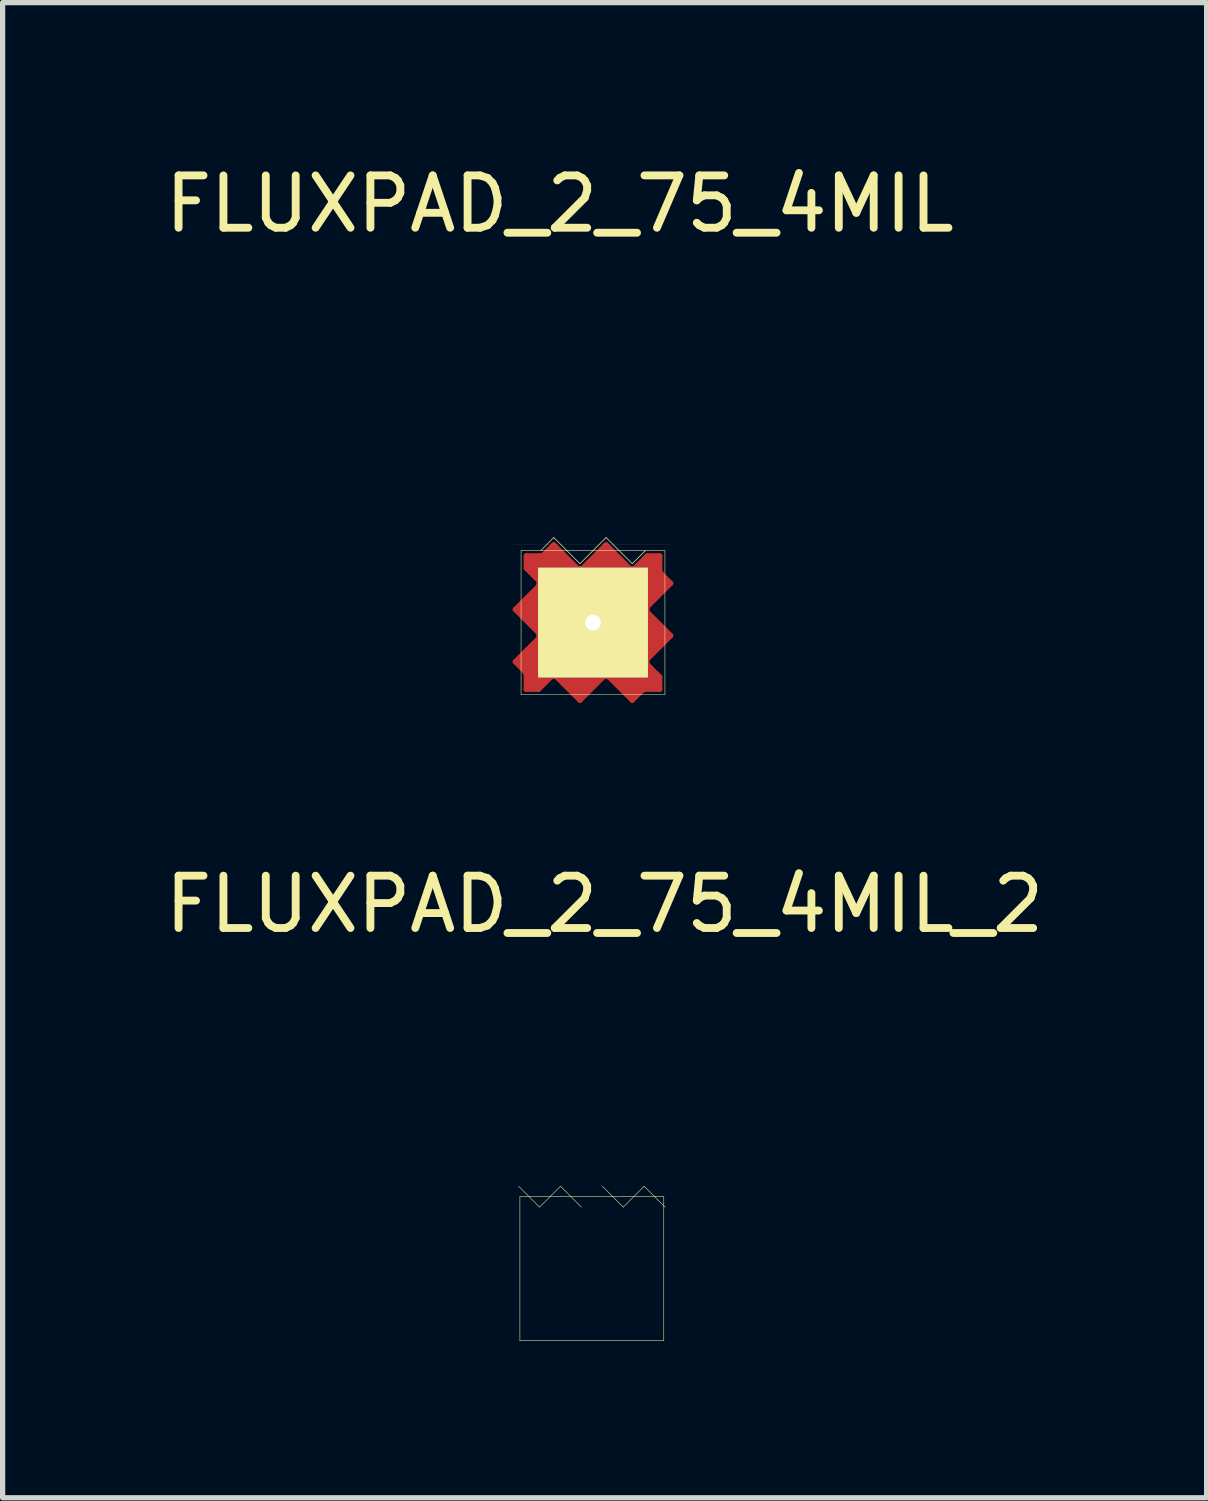
<source format=kicad_pcb>
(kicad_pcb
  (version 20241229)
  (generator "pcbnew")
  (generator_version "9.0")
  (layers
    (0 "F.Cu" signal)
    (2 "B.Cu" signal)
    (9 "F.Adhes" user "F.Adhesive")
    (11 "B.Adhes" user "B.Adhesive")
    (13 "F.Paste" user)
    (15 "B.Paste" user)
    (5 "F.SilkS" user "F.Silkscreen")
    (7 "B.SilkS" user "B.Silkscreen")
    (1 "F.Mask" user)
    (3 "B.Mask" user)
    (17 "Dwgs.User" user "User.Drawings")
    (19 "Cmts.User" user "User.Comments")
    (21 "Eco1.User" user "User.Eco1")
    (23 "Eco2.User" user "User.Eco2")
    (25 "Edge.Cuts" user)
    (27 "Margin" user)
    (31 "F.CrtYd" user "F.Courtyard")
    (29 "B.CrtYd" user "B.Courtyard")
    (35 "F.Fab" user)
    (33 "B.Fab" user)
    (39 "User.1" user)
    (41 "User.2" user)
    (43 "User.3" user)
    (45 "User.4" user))
  (footprint "FLUXPAD_2_75_4MIL"
    (layer "F.Cu")
    (at 8.284 8.849)
    (property "Reference" "FLUXPAD_2_75_4MIL" (at -0.635 -8.001 0) (layer "F.SilkS") (effects (font (size 1 1) (thickness 0.15))))
    (attr through_hole)
    (fp_line (start -1.485 -0.25) (end -1.04 0.195) (stroke (width 0.1) (type solid)) (layer "F.Cu"))
    (fp_line (start -1.485 0.75) (end -1.3 0.935) (stroke (width 0.1) (type solid)) (layer "F.Cu"))
    (fp_line (start -1.35 -0.25) (end -1.05 -0.55) (stroke (width 0.2) (type solid)) (layer "F.Cu"))
    (fp_line (start -1.35 0.75) (end -1.25 0.75) (stroke (width 0.2) (type solid)) (layer "F.Cu"))
    (fp_line (start -1.29 0.945) (end -1.3 0.935) (stroke (width 0.1) (type solid)) (layer "F.Cu"))
    (fp_line (start -1.28 0.965) (end -1.29 0.945) (stroke (width 0.1) (type solid)) (layer "F.Cu"))
    (fp_line (start -1.275 -1.275) (end -1.275 -1.04) (stroke (width 0.1) (type solid)) (layer "F.Cu"))
    (fp_line (start -1.275 -1.04) (end -1.04 -0.805) (stroke (width 0.1) (type solid)) (layer "F.Cu"))
    (fp_line (start -1.275 0.99) (end -1.28 0.965) (stroke (width 0.1) (type solid)) (layer "F.Cu"))
    (fp_line (start -1.275 0.99) (end -1.275 1.275) (stroke (width 0.1) (type solid)) (layer "F.Cu"))
    (fp_line (start -1.275 1.275) (end -1.04 1.275) (stroke (width 0.1) (type solid)) (layer "F.Cu"))
    (fp_line (start -1.2 -1.2) (end -0.8 -1.2) (stroke (width 0.2) (type solid)) (layer "F.Cu"))
    (fp_line (start -1.2 -1.15) (end -1 -1.15) (stroke (width 0.2) (type solid)) (layer "F.Cu"))
    (fp_line (start -1.2 0.8) (end -1.25 0.85) (stroke (width 0.2) (type solid)) (layer "F.Cu"))
    (fp_line (start -1.2 1.2) (end -1.2 0.8) (stroke (width 0.2) (type solid)) (layer "F.Cu"))
    (fp_line (start -1.15 -1.1) (end -0.45 -1.1) (stroke (width 0.2) (type solid)) (layer "F.Cu"))
    (fp_line (start -1.15 1) (end -0.95 1) (stroke (width 0.2) (type solid)) (layer "F.Cu"))
    (fp_line (start -1.15 1.2) (end -1.15 1) (stroke (width 0.2) (type solid)) (layer "F.Cu"))
    (fp_line (start -1.1 0.45) (end -1.35 0.75) (stroke (width 0.2) (type solid)) (layer "F.Cu"))
    (fp_line (start -1.1 1.15) (end -1.1 0.45) (stroke (width 0.2) (type solid)) (layer "F.Cu"))
    (fp_line (start -1.05 -0.9) (end -1.2 -1.15) (stroke (width 0.2) (type solid)) (layer "F.Cu"))
    (fp_line (start -1.05 -0.9) (end -1.15 -1.1) (stroke (width 0.2) (type solid)) (layer "F.Cu"))
    (fp_line (start -1.05 -0.55) (end -1.05 0.05) (stroke (width 0.2) (type solid)) (layer "F.Cu"))
    (fp_line (start -1.05 0.05) (end -1.35 -0.25) (stroke (width 0.2) (type solid)) (layer "F.Cu"))
    (fp_line (start -1.05 0.05) (end -1.15 -0.25) (stroke (width 0.2) (type solid)) (layer "F.Cu"))
    (fp_line (start -1.04 -0.805) (end -1.03 -0.78) (stroke (width 0.1) (type solid)) (layer "F.Cu"))
    (fp_line (start -1.04 -0.695) (end -1.485 -0.25) (stroke (width 0.1) (type solid)) (layer "F.Cu"))
    (fp_line (start -1.04 0.195) (end -1.03 0.22) (stroke (width 0.1) (type solid)) (layer "F.Cu"))
    (fp_line (start -1.04 0.305) (end -1.485 0.75) (stroke (width 0.1) (type solid)) (layer "F.Cu"))
    (fp_line (start -1.04 1.275) (end -0.805 1.04) (stroke (width 0.1) (type solid)) (layer "F.Cu"))
    (fp_line (start -1.03 -0.78) (end -1.025 -0.75) (stroke (width 0.1) (type solid)) (layer "F.Cu"))
    (fp_line (start -1.03 -0.72) (end -1.04 -0.695) (stroke (width 0.1) (type solid)) (layer "F.Cu"))
    (fp_line (start -1.03 0.22) (end -1.025 0.25) (stroke (width 0.1) (type solid)) (layer "F.Cu"))
    (fp_line (start -1.03 0.28) (end -1.04 0.305) (stroke (width 0.1) (type solid)) (layer "F.Cu"))
    (fp_line (start -1.025 -0.75) (end -1.03 -0.72) (stroke (width 0.1) (type solid)) (layer "F.Cu"))
    (fp_line (start -1.025 0.25) (end -1.03 0.28) (stroke (width 0.1) (type solid)) (layer "F.Cu"))
    (fp_line (start -1 -1.15) (end -1 -0.95) (stroke (width 0.2) (type solid)) (layer "F.Cu"))
    (fp_line (start -0.99 -1.275) (end -1.275 -1.275) (stroke (width 0.1) (type solid)) (layer "F.Cu"))
    (fp_line (start -0.99 -1.275) (end -0.965 -1.28) (stroke (width 0.1) (type solid)) (layer "F.Cu"))
    (fp_line (start -0.965 -1.28) (end -0.945 -1.29) (stroke (width 0.1) (type solid)) (layer "F.Cu"))
    (fp_line (start -0.945 -1.29) (end -0.935 -1.3) (stroke (width 0.1) (type solid)) (layer "F.Cu"))
    (fp_line (start -0.9 1.05) (end -1.15 1.2) (stroke (width 0.2) (type solid)) (layer "F.Cu"))
    (fp_line (start -0.9 1.05) (end -1.1 1.15) (stroke (width 0.2) (type solid)) (layer "F.Cu"))
    (fp_line (start -0.805 1.04) (end -0.78 1.03) (stroke (width 0.1) (type solid)) (layer "F.Cu"))
    (fp_line (start -0.8 -1.2) (end -0.85 -1.25) (stroke (width 0.2) (type solid)) (layer "F.Cu"))
    (fp_line (start -0.78 1.03) (end -0.75 1.025) (stroke (width 0.1) (type solid)) (layer "F.Cu"))
    (fp_line (start -0.75 -1.485) (end -0.935 -1.3) (stroke (width 0.1) (type solid)) (layer "F.Cu"))
    (fp_line (start -0.75 -1.35) (end -0.75 -1.25) (stroke (width 0.2) (type solid)) (layer "F.Cu"))
    (fp_line (start -0.75 1.025) (end -0.72 1.03) (stroke (width 0.1) (type solid)) (layer "F.Cu"))
    (fp_line (start -0.72 1.03) (end -0.695 1.04) (stroke (width 0.1) (type solid)) (layer "F.Cu"))
    (fp_line (start -0.695 1.04) (end -0.25 1.485) (stroke (width 0.1) (type solid)) (layer "F.Cu"))
    (fp_line (start -0.55 1.05) (end 0.05 1.05) (stroke (width 0.2) (type solid)) (layer "F.Cu"))
    (fp_line (start -0.45 -1.1) (end -0.75 -1.35) (stroke (width 0.2) (type solid)) (layer "F.Cu"))
    (fp_line (start -0.305 -1.04) (end -0.75 -1.485) (stroke (width 0.1) (type solid)) (layer "F.Cu"))
    (fp_line (start -0.28 -1.03) (end -0.305 -1.04) (stroke (width 0.1) (type solid)) (layer "F.Cu"))
    (fp_line (start -0.25 -1.025) (end -0.28 -1.03) (stroke (width 0.1) (type solid)) (layer "F.Cu"))
    (fp_line (start -0.25 1.35) (end -0.55 1.05) (stroke (width 0.2) (type solid)) (layer "F.Cu"))
    (fp_line (start -0.25 1.485) (end 0.195 1.04) (stroke (width 0.1) (type solid)) (layer "F.Cu"))
    (fp_line (start -0.22 -1.03) (end -0.25 -1.025) (stroke (width 0.1) (type solid)) (layer "F.Cu"))
    (fp_line (start -0.195 -1.04) (end -0.22 -1.03) (stroke (width 0.1) (type solid)) (layer "F.Cu"))
    (fp_line (start -0.05 -1.05) (end 0.25 -1.35) (stroke (width 0.2) (type solid)) (layer "F.Cu"))
    (fp_line (start -0.05 -1.05) (end 0.25 -1.15) (stroke (width 0.2) (type solid)) (layer "F.Cu"))
    (fp_line (start 0.05 1.05) (end -0.25 1.15) (stroke (width 0.2) (type solid)) (layer "F.Cu"))
    (fp_line (start 0.05 1.05) (end -0.25 1.35) (stroke (width 0.2) (type solid)) (layer "F.Cu"))
    (fp_line (start 0.195 1.04) (end 0.22 1.03) (stroke (width 0.1) (type solid)) (layer "F.Cu"))
    (fp_line (start 0.22 1.03) (end 0.25 1.025) (stroke (width 0.1) (type solid)) (layer "F.Cu"))
    (fp_line (start 0.25 -1.485) (end -0.195 -1.04) (stroke (width 0.1) (type solid)) (layer "F.Cu"))
    (fp_line (start 0.25 -1.35) (end 0.55 -1.05) (stroke (width 0.2) (type solid)) (layer "F.Cu"))
    (fp_line (start 0.25 1.025) (end 0.28 1.03) (stroke (width 0.1) (type solid)) (layer "F.Cu"))
    (fp_line (start 0.28 1.03) (end 0.305 1.04) (stroke (width 0.1) (type solid)) (layer "F.Cu"))
    (fp_line (start 0.305 1.04) (end 0.75 1.485) (stroke (width 0.1) (type solid)) (layer "F.Cu"))
    (fp_line (start 0.45 1.1) (end 0.75 1.35) (stroke (width 0.2) (type solid)) (layer "F.Cu"))
    (fp_line (start 0.55 -1.05) (end -0.05 -1.05) (stroke (width 0.2) (type solid)) (layer "F.Cu"))
    (fp_line (start 0.695 -1.04) (end 0.25 -1.485) (stroke (width 0.1) (type solid)) (layer "F.Cu"))
    (fp_line (start 0.72 -1.03) (end 0.695 -1.04) (stroke (width 0.1) (type solid)) (layer "F.Cu"))
    (fp_line (start 0.75 -1.025) (end 0.72 -1.03) (stroke (width 0.1) (type solid)) (layer "F.Cu"))
    (fp_line (start 0.75 1.35) (end 0.75 1.25) (stroke (width 0.2) (type solid)) (layer "F.Cu"))
    (fp_line (start 0.75 1.485) (end 0.935 1.3) (stroke (width 0.1) (type solid)) (layer "F.Cu"))
    (fp_line (start 0.78 -1.03) (end 0.75 -1.025) (stroke (width 0.1) (type solid)) (layer "F.Cu"))
    (fp_line (start 0.8 1.2) (end 0.85 1.25) (stroke (width 0.2) (type solid)) (layer "F.Cu"))
    (fp_line (start 0.805 -1.04) (end 0.78 -1.03) (stroke (width 0.1) (type solid)) (layer "F.Cu"))
    (fp_line (start 0.9 -1.05) (end 1.1 -1.15) (stroke (width 0.2) (type solid)) (layer "F.Cu"))
    (fp_line (start 0.9 -1.05) (end 1.15 -1.2) (stroke (width 0.2) (type solid)) (layer "F.Cu"))
    (fp_line (start 0.945 1.29) (end 0.935 1.3) (stroke (width 0.1) (type solid)) (layer "F.Cu"))
    (fp_line (start 0.965 1.28) (end 0.945 1.29) (stroke (width 0.1) (type solid)) (layer "F.Cu"))
    (fp_line (start 0.99 1.275) (end 0.965 1.28) (stroke (width 0.1) (type solid)) (layer "F.Cu"))
    (fp_line (start 0.99 1.275) (end 1.275 1.275) (stroke (width 0.1) (type solid)) (layer "F.Cu"))
    (fp_line (start 1 1.15) (end 1 0.95) (stroke (width 0.2) (type solid)) (layer "F.Cu"))
    (fp_line (start 1.025 -0.25) (end 1.03 -0.28) (stroke (width 0.1) (type solid)) (layer "F.Cu"))
    (fp_line (start 1.025 0.75) (end 1.03 0.72) (stroke (width 0.1) (type solid)) (layer "F.Cu"))
    (fp_line (start 1.03 -0.28) (end 1.04 -0.305) (stroke (width 0.1) (type solid)) (layer "F.Cu"))
    (fp_line (start 1.03 -0.22) (end 1.025 -0.25) (stroke (width 0.1) (type solid)) (layer "F.Cu"))
    (fp_line (start 1.03 0.72) (end 1.04 0.695) (stroke (width 0.1) (type solid)) (layer "F.Cu"))
    (fp_line (start 1.03 0.78) (end 1.025 0.75) (stroke (width 0.1) (type solid)) (layer "F.Cu"))
    (fp_line (start 1.04 -1.275) (end 0.805 -1.04) (stroke (width 0.1) (type solid)) (layer "F.Cu"))
    (fp_line (start 1.04 -0.305) (end 1.485 -0.75) (stroke (width 0.1) (type solid)) (layer "F.Cu"))
    (fp_line (start 1.04 -0.195) (end 1.03 -0.22) (stroke (width 0.1) (type solid)) (layer "F.Cu"))
    (fp_line (start 1.04 0.695) (end 1.485 0.25) (stroke (width 0.1) (type solid)) (layer "F.Cu"))
    (fp_line (start 1.04 0.805) (end 1.03 0.78) (stroke (width 0.1) (type solid)) (layer "F.Cu"))
    (fp_line (start 1.05 -0.05) (end 1.15 0.25) (stroke (width 0.2) (type solid)) (layer "F.Cu"))
    (fp_line (start 1.05 -0.05) (end 1.35 0.25) (stroke (width 0.2) (type solid)) (layer "F.Cu"))
    (fp_line (start 1.05 0.55) (end 1.05 -0.05) (stroke (width 0.2) (type solid)) (layer "F.Cu"))
    (fp_line (start 1.05 0.9) (end 1.15 1.1) (stroke (width 0.2) (type solid)) (layer "F.Cu"))
    (fp_line (start 1.05 0.9) (end 1.2 1.15) (stroke (width 0.2) (type solid)) (layer "F.Cu"))
    (fp_line (start 1.1 -1.15) (end 1.1 -0.45) (stroke (width 0.2) (type solid)) (layer "F.Cu"))
    (fp_line (start 1.1 -0.45) (end 1.35 -0.75) (stroke (width 0.2) (type solid)) (layer "F.Cu"))
    (fp_line (start 1.15 -1.2) (end 1.15 -1) (stroke (width 0.2) (type solid)) (layer "F.Cu"))
    (fp_line (start 1.15 -1) (end 0.95 -1) (stroke (width 0.2) (type solid)) (layer "F.Cu"))
    (fp_line (start 1.15 1.1) (end 0.45 1.1) (stroke (width 0.2) (type solid)) (layer "F.Cu"))
    (fp_line (start 1.2 -1.2) (end 1.2 -0.8) (stroke (width 0.2) (type solid)) (layer "F.Cu"))
    (fp_line (start 1.2 -0.8) (end 1.25 -0.85) (stroke (width 0.2) (type solid)) (layer "F.Cu"))
    (fp_line (start 1.2 1.15) (end 1 1.15) (stroke (width 0.2) (type solid)) (layer "F.Cu"))
    (fp_line (start 1.2 1.2) (end 0.8 1.2) (stroke (width 0.2) (type solid)) (layer "F.Cu"))
    (fp_line (start 1.275 -1.275) (end 1.04 -1.275) (stroke (width 0.1) (type solid)) (layer "F.Cu"))
    (fp_line (start 1.275 -0.99) (end 1.275 -1.275) (stroke (width 0.1) (type solid)) (layer "F.Cu"))
    (fp_line (start 1.275 -0.99) (end 1.28 -0.965) (stroke (width 0.1) (type solid)) (layer "F.Cu"))
    (fp_line (start 1.275 1.04) (end 1.04 0.805) (stroke (width 0.1) (type solid)) (layer "F.Cu"))
    (fp_line (start 1.275 1.275) (end 1.275 1.04) (stroke (width 0.1) (type solid)) (layer "F.Cu"))
    (fp_line (start 1.28 -0.965) (end 1.29 -0.945) (stroke (width 0.1) (type solid)) (layer "F.Cu"))
    (fp_line (start 1.29 -0.945) (end 1.3 -0.935) (stroke (width 0.1) (type solid)) (layer "F.Cu"))
    (fp_line (start 1.35 -0.75) (end 1.25 -0.75) (stroke (width 0.2) (type solid)) (layer "F.Cu"))
    (fp_line (start 1.35 0.25) (end 1.05 0.55) (stroke (width 0.2) (type solid)) (layer "F.Cu"))
    (fp_line (start 1.485 -0.75) (end 1.3 -0.935) (stroke (width 0.1) (type solid)) (layer "F.Cu"))
    (fp_line (start 1.485 0.25) (end 1.04 -0.195) (stroke (width 0.1) (type solid)) (layer "F.Cu"))
    (fp_line (start -1.375 -1.375) (end -1 -1.375) (stroke (width 0.1) (type solid)) (layer "F.Mask"))
    (fp_line (start -1 -1.375) (end -0.75 -1.625) (stroke (width 0.1) (type solid)) (layer "F.Mask"))
    (fp_line (start -0.75 -1.625) (end -0.25 -1.125) (stroke (width 0.1) (type solid)) (layer "F.Mask"))
    (fp_line (start -0.25 -1.125) (end 0.25 -1.625) (stroke (width 0.1) (type solid)) (layer "F.Mask"))
    (fp_line (start 0.25 -1.625) (end 0.75 -1.125) (stroke (width 0.1) (type solid)) (layer "F.Mask"))
    (fp_line (start 0.75 -1.125) (end 1 -1.375) (stroke (width 0.1) (type solid)) (layer "F.Mask"))
    (fp_line (start 1 -1.375) (end 1.375 -1.375) (stroke (width 0.1) (type solid)) (layer "F.Mask"))
    (fp_line (start -1.375 -1.375) (end -1.375 1.375) (stroke (width 0.01) (type solid)) (layer "F.SilkS"))
    (fp_line (start -1.375 1.375) (end 1.375 1.375) (stroke (width 0.01) (type solid)) (layer "F.SilkS"))
    (fp_line (start -0.75 -1.625) (end -1 -1.375) (stroke (width 0.013) (type solid)) (layer "F.SilkS"))
    (fp_line (start -0.5 -1.375) (end -0.75 -1.625) (stroke (width 0.013) (type solid)) (layer "F.SilkS"))
    (fp_line (start -0.25 -1.125) (end -0.5 -1.375) (stroke (width 0.013) (type solid)) (layer "F.SilkS"))
    (fp_line (start 0 -1.375) (end -0.25 -1.125) (stroke (width 0.013) (type solid)) (layer "F.SilkS"))
    (fp_line (start 0 -1.375) (end 0.25 -1.625) (stroke (width 0.013) (type solid)) (layer "F.SilkS"))
    (fp_line (start 0.25 -1.625) (end 0.5 -1.375) (stroke (width 0.013) (type solid)) (layer "F.SilkS"))
    (fp_line (start 0.5 -1.375) (end 0.75 -1.125) (stroke (width 0.013) (type solid)) (layer "F.SilkS"))
    (fp_line (start 0.75 -1.125) (end 1 -1.375) (stroke (width 0.013) (type solid)) (layer "F.SilkS"))
    (fp_line (start 1.375 -1.375) (end -1.375 -1.375) (stroke (width 0.01) (type solid)) (layer "F.SilkS"))
    (fp_line (start 1.375 1.375) (end 1.375 -1.375) (stroke (width 0.01) (type solid)) (layer "F.SilkS"))
    (fp_line (start -1.5 -1.5) (end 1.5 -1.5) (stroke (width 0.001) (type solid)) (layer "B.SilkS"))
    (pad "1" thru_hole rect (at 0 0) (size 2.1 2.1) (drill 0.3) (layers "*.Mask" "F.Cu" "F.SilkS")))
  (footprint "FLUXPAD_2_75_4MIL_2"
    (layer "F.Cu")
    (at 8.262 21.197)
    (property "Reference" "FLUXPAD_2_75_4MIL_2" (at 0.244 -6.965 0) (layer "F.SilkS") (effects (font (size 1 1) (thickness 0.15))))
    (attr through_hole)
    (fp_line (start -1.375 -1.375) (end -1.375 1.375) (stroke (width 0.01) (type solid)) (layer "F.SilkS"))
    (fp_line (start -1 -1.175) (end -1.4 -1.575) (stroke (width 0.01) (type solid)) (layer "F.SilkS"))
    (fp_line (start -0.6 -1.575) (end -1 -1.175) (stroke (width 0.01) (type solid)) (layer "F.SilkS"))
    (fp_line (start -0.2 -1.175) (end -0.6 -1.575) (stroke (width 0.01) (type solid)) (layer "F.SilkS"))
    (fp_line (start 0.2 -1.575) (end 0.4 -1.375) (stroke (width 0.01) (type solid)) (layer "F.SilkS"))
    (fp_line (start 0.4 -1.375) (end 0.6 -1.175) (stroke (width 0.01) (type solid)) (layer "F.SilkS"))
    (fp_line (start 0.6 -1.175) (end 1 -1.575) (stroke (width 0.01) (type solid)) (layer "F.SilkS"))
    (fp_line (start 1 -1.575) (end 1.4 -1.175) (stroke (width 0.01) (type solid)) (layer "F.SilkS"))
    (fp_line (start 1.375 -1.375) (end -1.375 -1.375) (stroke (width 0.01) (type solid)) (layer "F.SilkS"))
    (fp_line (start 1.375 1.375) (end -1.375 1.375) (stroke (width 0.01) (type solid)) (layer "F.SilkS"))
    (fp_line (start 1.375 1.375) (end 1.375 -1.375) (stroke (width 0.01) (type solid)) (layer "F.SilkS"))
    (fp_line (start -1.28 -1.031) (end -1.275 -1.306) (stroke (width 0.102) (type solid)) (layer "F.Paste"))
    (fp_line (start -1.275 -1.306) (end -0.986 -1.016) (stroke (width 0.102) (type solid)) (layer "F.Paste"))
    (fp_line (start -1.275 -1.3) (end -1.025 -1.05) (stroke (width 0.102) (type solid)) (layer "F.Paste"))
    (fp_line (start -1.275 -0.775) (end -1.275 -1.3) (stroke (width 0.102) (type solid)) (layer "F.Paste"))
    (fp_line (start -1.275 -0.275) (end -1.275 -0.775) (stroke (width 0.102) (type solid)) (layer "F.Paste"))
    (fp_line (start -1.025 -1.05) (end -0.95 -1.075) (stroke (width 0.102) (type solid)) (layer "F.Paste"))
    (fp_line (start -1.019 -1.074) (end -0.978 -1.074) (stroke (width 0.102) (type solid)) (layer "F.Paste"))
    (fp_line (start -0.986 -1.016) (end -1.019 -1.074) (stroke (width 0.102) (type solid)) (layer "F.Paste"))
    (fp_line (start -0.978 -1.074) (end -0.953 -1.087) (stroke (width 0.102) (type solid)) (layer "F.Paste"))
    (fp_line (start -0.953 -1.087) (end -0.599 -1.43) (stroke (width 0.102) (type solid)) (layer "F.Paste"))
    (fp_line (start -0.95 -1.075) (end -0.6 -1.425) (stroke (width 0.102) (type solid)) (layer "F.Paste"))
    (fp_line (start -0.6 -1.425) (end -0.225 -1.05) (stroke (width 0.102) (type solid)) (layer "F.Paste"))
    (fp_line (start -0.599 -1.43) (end -0.198 -1.029) (stroke (width 0.102) (type solid)) (layer "F.Paste"))
    (fp_line (start -0.225 -1.05) (end -0.2 -1.075) (stroke (width 0.102) (type solid)) (layer "F.Paste"))
    (fp_line (start -0.2 -1.075) (end -0.15 -1.075) (stroke (width 0.102) (type solid)) (layer "F.Paste"))
    (fp_line (start -0.198 -1.029) (end -0.142 -1.09) (stroke (width 0.102) (type solid)) (layer "F.Paste"))
    (fp_line (start -0.15 -1.075) (end -0.125 -1.1) (stroke (width 0.102) (type solid)) (layer "F.Paste"))
    (fp_line (start -0.142 -1.09) (end 0.198 -1.43) (stroke (width 0.102) (type solid)) (layer "F.Paste"))
    (fp_line (start -0.125 -1.1) (end 0.2 -1.425) (stroke (width 0.102) (type solid)) (layer "F.Paste"))
    (fp_line (start 0.198 -1.43) (end 0.566 -1.067) (stroke (width 0.102) (type solid)) (layer "F.Paste"))
    (fp_line (start 0.2 -1.425) (end 0.575 -1.05) (stroke (width 0.102) (type solid)) (layer "F.Paste"))
    (fp_line (start 0.566 -1.067) (end 0.569 -1.077) (stroke (width 0.102) (type solid)) (layer "F.Paste"))
    (fp_line (start 0.569 -1.077) (end 0.678 -1.057) (stroke (width 0.102) (type solid)) (layer "F.Paste"))
    (fp_line (start 0.575 -1.05) (end 0.6 -1.075) (stroke (width 0.102) (type solid)) (layer "F.Paste"))
    (fp_line (start 0.6 -1.075) (end 0.675 -1.05) (stroke (width 0.102) (type solid)) (layer "F.Paste"))
    (fp_line (start 0.648 -1.082) (end 1.001 -1.43) (stroke (width 0.102) (type solid)) (layer "F.Paste"))
    (fp_line (start 0.675 -1.1) (end 1 -1.425) (stroke (width 0.102) (type solid)) (layer "F.Paste"))
    (fp_line (start 0.675 -1.05) (end 0.675 -1.1) (stroke (width 0.102) (type solid)) (layer "F.Paste"))
    (fp_line (start 0.678 -1.057) (end 0.648 -1.082) (stroke (width 0.102) (type solid)) (layer "F.Paste"))
    (fp_line (start 1 -1.425) (end 1.275 -1.15) (stroke (width 0.102) (type solid)) (layer "F.Paste"))
    (fp_line (start 1.001 -1.43) (end 1.267 -1.148) (stroke (width 0.102) (type solid)) (layer "F.Paste"))
    (fp_line (start 1.024 -1.407) (end 1.011 -1.125) (stroke (width 0.102) (type solid)) (layer "F.Paste"))
    (fp_line (start 1.267 -1.148) (end 1.273 -1.158) (stroke (width 0.102) (type solid)) (layer "F.Paste"))
    (fp_line (start 1.273 -1.158) (end 1.024 -1.407) (stroke (width 0.102) (type solid)) (layer "F.Paste"))
    (fp_line (start 1.275 -1.15) (end 1.275 -0.25) (stroke (width 0.102) (type solid)) (layer "F.Paste"))
    (fp_line (start 1.275 -0.25) (end -1.275 -0.275) (stroke (width 0.102) (type solid)) (layer "F.Paste"))
    (fp_line (start -1.375 -1.55) (end -1 -1.175) (stroke (width 0.102) (type solid)) (layer "B.Paste"))
    (fp_line (start -1.375 -0.75) (end -1.375 -1.55) (stroke (width 0.102) (type solid)) (layer "B.Paste"))
    (fp_line (start -1 -1.175) (end -0.6 -1.575) (stroke (width 0.102) (type solid)) (layer "B.Paste"))
    (fp_line (start -0.6 -1.575) (end -0.2 -1.175) (stroke (width 0.102) (type solid)) (layer "B.Paste"))
    (fp_line (start -0.2 -1.175) (end 0.2 -1.575) (stroke (width 0.102) (type solid)) (layer "B.Paste"))
    (fp_line (start 0.2 -1.575) (end 0.6 -1.175) (stroke (width 0.102) (type solid)) (layer "B.Paste"))
    (fp_line (start 0.6 -1.175) (end 1 -1.575) (stroke (width 0.102) (type solid)) (layer "B.Paste"))
    (fp_line (start 1 -1.575) (end 1.375 -1.2) (stroke (width 0.102) (type solid)) (layer "B.Paste"))
    (fp_line (start 1.375 -1.2) (end 1.375 -0.15) (stroke (width 0.102) (type solid)) (layer "B.Paste")))
  (gr_rect
    (start -3 -3)
    (end 20.012 25.577)
    (stroke (width 0.1) (type default))
    (fill no)
    (layer "Edge.Cuts")))
</source>
